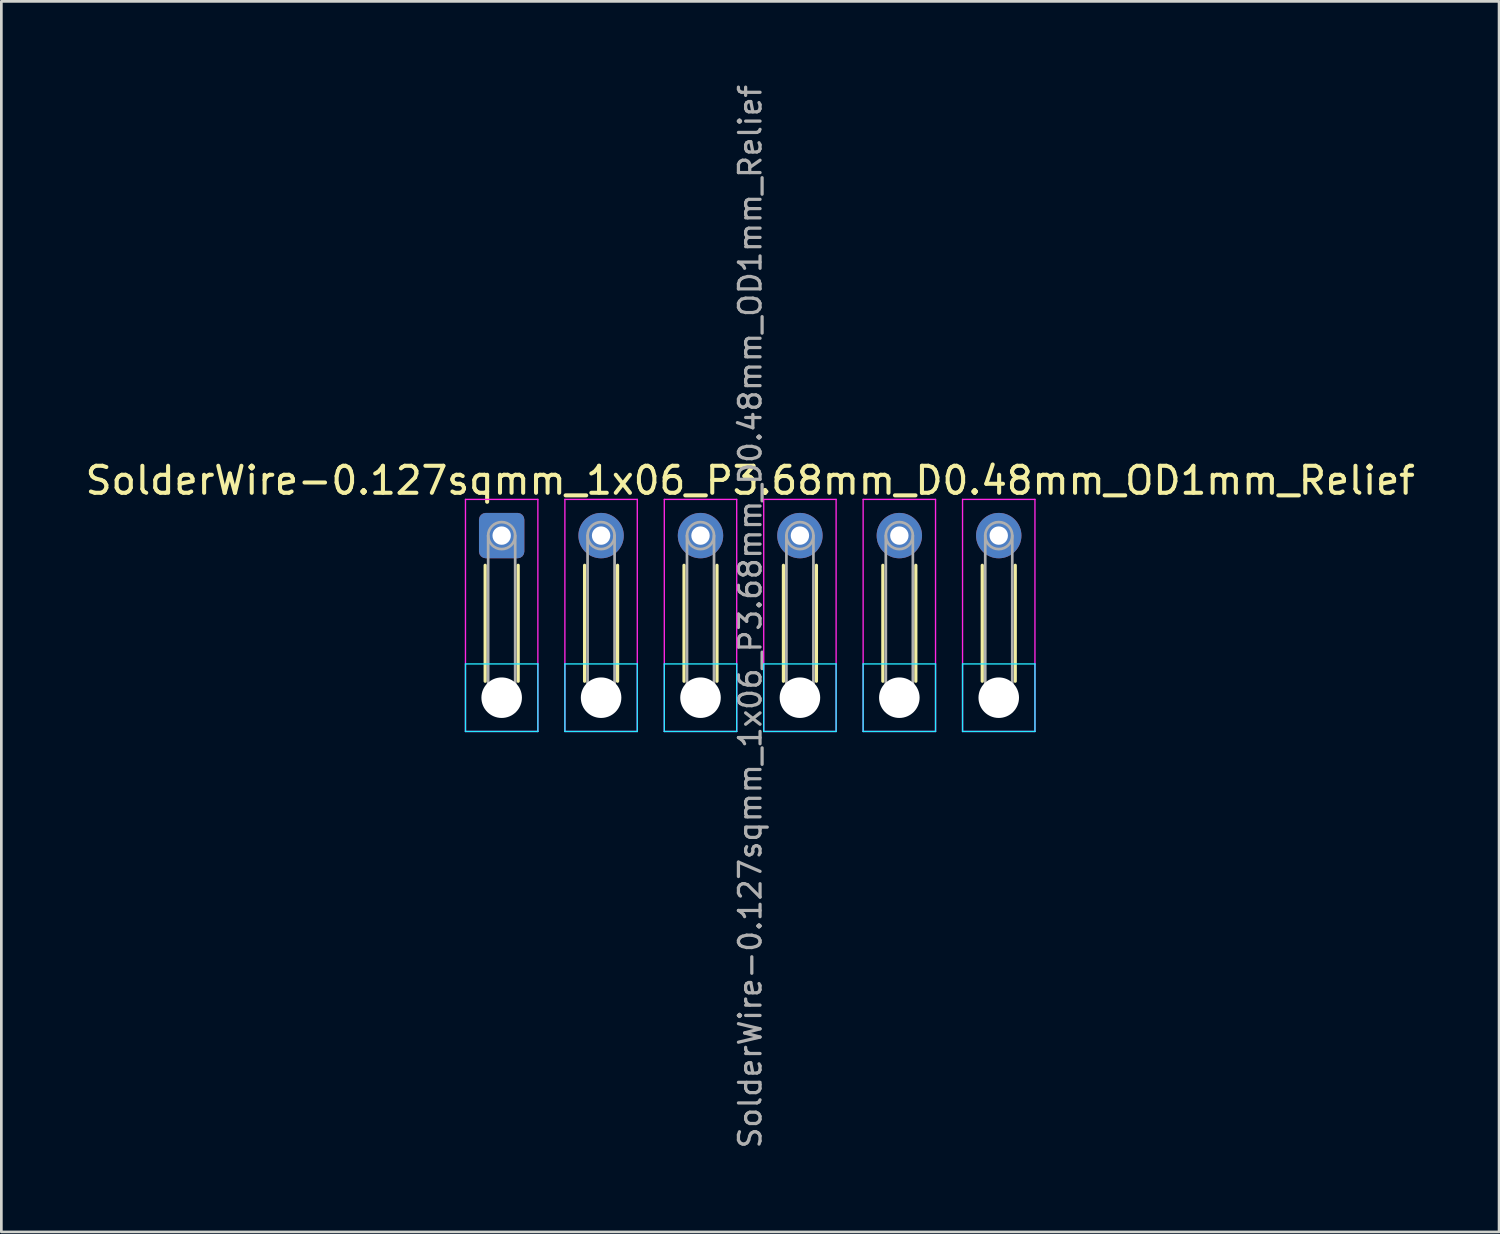
<source format=kicad_pcb>
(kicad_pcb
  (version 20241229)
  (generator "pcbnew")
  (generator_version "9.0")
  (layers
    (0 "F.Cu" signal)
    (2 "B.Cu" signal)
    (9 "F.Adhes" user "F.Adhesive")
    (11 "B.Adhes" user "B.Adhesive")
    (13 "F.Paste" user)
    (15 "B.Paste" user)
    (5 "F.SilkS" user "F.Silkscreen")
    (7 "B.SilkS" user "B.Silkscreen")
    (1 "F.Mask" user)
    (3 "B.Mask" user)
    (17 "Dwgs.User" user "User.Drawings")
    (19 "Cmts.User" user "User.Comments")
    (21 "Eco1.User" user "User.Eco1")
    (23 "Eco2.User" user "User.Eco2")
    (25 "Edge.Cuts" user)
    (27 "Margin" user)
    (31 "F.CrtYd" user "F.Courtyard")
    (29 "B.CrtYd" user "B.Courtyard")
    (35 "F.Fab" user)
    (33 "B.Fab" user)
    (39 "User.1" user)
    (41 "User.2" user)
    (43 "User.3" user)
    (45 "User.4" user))
  (footprint "SolderWire-0.127sqmm_1x06_P3.68mm_D0.48mm_OD1mm_Relief"
    (layer "F.Cu")
    (at 15.52 16.776)
    (property "Reference" "SolderWire-0.127sqmm_1x06_P3.68mm_D0.48mm_OD1mm_Relief" (at 9.2 -2.04 0) (layer "F.SilkS") (effects (font (size 1 1) (thickness 0.15))))
    (attr exclude_from_pos_files exclude_from_bom)
    (fp_line (start -0.61 1.1) (end -0.61 5.39) (stroke (width 0.12) (type solid)) (layer "F.SilkS"))
    (fp_line (start 0.61 1.1) (end 0.61 5.39) (stroke (width 0.12) (type solid)) (layer "F.SilkS"))
    (fp_line (start 3.07 1.1) (end 3.07 5.39) (stroke (width 0.12) (type solid)) (layer "F.SilkS"))
    (fp_line (start 4.29 1.1) (end 4.29 5.39) (stroke (width 0.12) (type solid)) (layer "F.SilkS"))
    (fp_line (start 6.75 1.1) (end 6.75 5.39) (stroke (width 0.12) (type solid)) (layer "F.SilkS"))
    (fp_line (start 7.97 1.1) (end 7.97 5.39) (stroke (width 0.12) (type solid)) (layer "F.SilkS"))
    (fp_line (start 10.43 1.1) (end 10.43 5.39) (stroke (width 0.12) (type solid)) (layer "F.SilkS"))
    (fp_line (start 11.65 1.1) (end 11.65 5.39) (stroke (width 0.12) (type solid)) (layer "F.SilkS"))
    (fp_line (start 14.11 1.1) (end 14.11 5.39) (stroke (width 0.12) (type solid)) (layer "F.SilkS"))
    (fp_line (start 15.33 1.1) (end 15.33 5.39) (stroke (width 0.12) (type solid)) (layer "F.SilkS"))
    (fp_line (start 17.79 1.1) (end 17.79 5.39) (stroke (width 0.12) (type solid)) (layer "F.SilkS"))
    (fp_line (start 19.01 1.1) (end 19.01 5.39) (stroke (width 0.12) (type solid)) (layer "F.SilkS"))
    (fp_line (start -1.34 4.75) (end -1.34 7.25) (stroke (width 0.05) (type solid)) (layer "B.CrtYd"))
    (fp_line (start -1.34 7.25) (end 1.34 7.25) (stroke (width 0.05) (type solid)) (layer "B.CrtYd"))
    (fp_line (start 1.34 4.75) (end -1.34 4.75) (stroke (width 0.05) (type solid)) (layer "B.CrtYd"))
    (fp_line (start 1.34 7.25) (end 1.34 4.75) (stroke (width 0.05) (type solid)) (layer "B.CrtYd"))
    (fp_line (start 2.34 4.75) (end 2.34 7.25) (stroke (width 0.05) (type solid)) (layer "B.CrtYd"))
    (fp_line (start 2.34 7.25) (end 5.02 7.25) (stroke (width 0.05) (type solid)) (layer "B.CrtYd"))
    (fp_line (start 5.02 4.75) (end 2.34 4.75) (stroke (width 0.05) (type solid)) (layer "B.CrtYd"))
    (fp_line (start 5.02 7.25) (end 5.02 4.75) (stroke (width 0.05) (type solid)) (layer "B.CrtYd"))
    (fp_line (start 6.02 4.75) (end 6.02 7.25) (stroke (width 0.05) (type solid)) (layer "B.CrtYd"))
    (fp_line (start 6.02 7.25) (end 8.7 7.25) (stroke (width 0.05) (type solid)) (layer "B.CrtYd"))
    (fp_line (start 8.7 4.75) (end 6.02 4.75) (stroke (width 0.05) (type solid)) (layer "B.CrtYd"))
    (fp_line (start 8.7 7.25) (end 8.7 4.75) (stroke (width 0.05) (type solid)) (layer "B.CrtYd"))
    (fp_line (start 9.7 4.75) (end 9.7 7.25) (stroke (width 0.05) (type solid)) (layer "B.CrtYd"))
    (fp_line (start 9.7 7.25) (end 12.38 7.25) (stroke (width 0.05) (type solid)) (layer "B.CrtYd"))
    (fp_line (start 12.38 4.75) (end 9.7 4.75) (stroke (width 0.05) (type solid)) (layer "B.CrtYd"))
    (fp_line (start 12.38 7.25) (end 12.38 4.75) (stroke (width 0.05) (type solid)) (layer "B.CrtYd"))
    (fp_line (start 13.38 4.75) (end 13.38 7.25) (stroke (width 0.05) (type solid)) (layer "B.CrtYd"))
    (fp_line (start 13.38 7.25) (end 16.06 7.25) (stroke (width 0.05) (type solid)) (layer "B.CrtYd"))
    (fp_line (start 16.06 4.75) (end 13.38 4.75) (stroke (width 0.05) (type solid)) (layer "B.CrtYd"))
    (fp_line (start 16.06 7.25) (end 16.06 4.75) (stroke (width 0.05) (type solid)) (layer "B.CrtYd"))
    (fp_line (start 17.06 4.75) (end 17.06 7.25) (stroke (width 0.05) (type solid)) (layer "B.CrtYd"))
    (fp_line (start 17.06 7.25) (end 19.74 7.25) (stroke (width 0.05) (type solid)) (layer "B.CrtYd"))
    (fp_line (start 19.74 4.75) (end 17.06 4.75) (stroke (width 0.05) (type solid)) (layer "B.CrtYd"))
    (fp_line (start 19.74 7.25) (end 19.74 4.75) (stroke (width 0.05) (type solid)) (layer "B.CrtYd"))
    (fp_line (start -1.34 -1.34) (end -1.34 7.25) (stroke (width 0.05) (type solid)) (layer "F.CrtYd"))
    (fp_line (start -1.34 7.25) (end 1.34 7.25) (stroke (width 0.05) (type solid)) (layer "F.CrtYd"))
    (fp_line (start 1.34 -1.34) (end -1.34 -1.34) (stroke (width 0.05) (type solid)) (layer "F.CrtYd"))
    (fp_line (start 1.34 7.25) (end 1.34 -1.34) (stroke (width 0.05) (type solid)) (layer "F.CrtYd"))
    (fp_line (start 2.34 -1.34) (end 2.34 7.25) (stroke (width 0.05) (type solid)) (layer "F.CrtYd"))
    (fp_line (start 2.34 7.25) (end 5.02 7.25) (stroke (width 0.05) (type solid)) (layer "F.CrtYd"))
    (fp_line (start 5.02 -1.34) (end 2.34 -1.34) (stroke (width 0.05) (type solid)) (layer "F.CrtYd"))
    (fp_line (start 5.02 7.25) (end 5.02 -1.34) (stroke (width 0.05) (type solid)) (layer "F.CrtYd"))
    (fp_line (start 6.02 -1.34) (end 6.02 7.25) (stroke (width 0.05) (type solid)) (layer "F.CrtYd"))
    (fp_line (start 6.02 7.25) (end 8.7 7.25) (stroke (width 0.05) (type solid)) (layer "F.CrtYd"))
    (fp_line (start 8.7 -1.34) (end 6.02 -1.34) (stroke (width 0.05) (type solid)) (layer "F.CrtYd"))
    (fp_line (start 8.7 7.25) (end 8.7 -1.34) (stroke (width 0.05) (type solid)) (layer "F.CrtYd"))
    (fp_line (start 9.7 -1.34) (end 9.7 7.25) (stroke (width 0.05) (type solid)) (layer "F.CrtYd"))
    (fp_line (start 9.7 7.25) (end 12.38 7.25) (stroke (width 0.05) (type solid)) (layer "F.CrtYd"))
    (fp_line (start 12.38 -1.34) (end 9.7 -1.34) (stroke (width 0.05) (type solid)) (layer "F.CrtYd"))
    (fp_line (start 12.38 7.25) (end 12.38 -1.34) (stroke (width 0.05) (type solid)) (layer "F.CrtYd"))
    (fp_line (start 13.38 -1.34) (end 13.38 7.25) (stroke (width 0.05) (type solid)) (layer "F.CrtYd"))
    (fp_line (start 13.38 7.25) (end 16.06 7.25) (stroke (width 0.05) (type solid)) (layer "F.CrtYd"))
    (fp_line (start 16.06 -1.34) (end 13.38 -1.34) (stroke (width 0.05) (type solid)) (layer "F.CrtYd"))
    (fp_line (start 16.06 7.25) (end 16.06 -1.34) (stroke (width 0.05) (type solid)) (layer "F.CrtYd"))
    (fp_line (start 17.06 -1.34) (end 17.06 7.25) (stroke (width 0.05) (type solid)) (layer "F.CrtYd"))
    (fp_line (start 17.06 7.25) (end 19.74 7.25) (stroke (width 0.05) (type solid)) (layer "F.CrtYd"))
    (fp_line (start 19.74 -1.34) (end 17.06 -1.34) (stroke (width 0.05) (type solid)) (layer "F.CrtYd"))
    (fp_line (start 19.74 7.25) (end 19.74 -1.34) (stroke (width 0.05) (type solid)) (layer "F.CrtYd"))
    (fp_line (start -0.5 0) (end -0.5 6) (stroke (width 0.1) (type solid)) (layer "F.Fab"))
    (fp_line (start 0.5 0) (end 0.5 6) (stroke (width 0.1) (type solid)) (layer "F.Fab"))
    (fp_line (start 3.18 0) (end 3.18 6) (stroke (width 0.1) (type solid)) (layer "F.Fab"))
    (fp_line (start 4.18 0) (end 4.18 6) (stroke (width 0.1) (type solid)) (layer "F.Fab"))
    (fp_line (start 6.86 0) (end 6.86 6) (stroke (width 0.1) (type solid)) (layer "F.Fab"))
    (fp_line (start 7.86 0) (end 7.86 6) (stroke (width 0.1) (type solid)) (layer "F.Fab"))
    (fp_line (start 10.54 0) (end 10.54 6) (stroke (width 0.1) (type solid)) (layer "F.Fab"))
    (fp_line (start 11.54 0) (end 11.54 6) (stroke (width 0.1) (type solid)) (layer "F.Fab"))
    (fp_line (start 14.22 0) (end 14.22 6) (stroke (width 0.1) (type solid)) (layer "F.Fab"))
    (fp_line (start 15.22 0) (end 15.22 6) (stroke (width 0.1) (type solid)) (layer "F.Fab"))
    (fp_line (start 17.9 0) (end 17.9 6) (stroke (width 0.1) (type solid)) (layer "F.Fab"))
    (fp_line (start 18.9 0) (end 18.9 6) (stroke (width 0.1) (type solid)) (layer "F.Fab"))
    (fp_circle (center 0 0) (end 0.5 0) (stroke (width 0.1) (type solid)) (fill no) (layer "F.Fab"))
    (fp_circle (center 0 6) (end 0.5 6) (stroke (width 0.1) (type solid)) (fill no) (layer "F.Fab"))
    (fp_circle (center 3.68 0) (end 4.18 0) (stroke (width 0.1) (type solid)) (fill no) (layer "F.Fab"))
    (fp_circle (center 3.68 6) (end 4.18 6) (stroke (width 0.1) (type solid)) (fill no) (layer "F.Fab"))
    (fp_circle (center 7.36 0) (end 7.86 0) (stroke (width 0.1) (type solid)) (fill no) (layer "F.Fab"))
    (fp_circle (center 7.36 6) (end 7.86 6) (stroke (width 0.1) (type solid)) (fill no) (layer "F.Fab"))
    (fp_circle (center 11.04 0) (end 11.54 0) (stroke (width 0.1) (type solid)) (fill no) (layer "F.Fab"))
    (fp_circle (center 11.04 6) (end 11.54 6) (stroke (width 0.1) (type solid)) (fill no) (layer "F.Fab"))
    (fp_circle (center 14.72 0) (end 15.22 0) (stroke (width 0.1) (type solid)) (fill no) (layer "F.Fab"))
    (fp_circle (center 14.72 6) (end 15.22 6) (stroke (width 0.1) (type solid)) (fill no) (layer "F.Fab"))
    (fp_circle (center 18.4 0) (end 18.9 0) (stroke (width 0.1) (type solid)) (fill no) (layer "F.Fab"))
    (fp_circle (center 18.4 6) (end 18.9 6) (stroke (width 0.1) (type solid)) (fill no) (layer "F.Fab"))
    (fp_text user "${REFERENCE}" (at 9.2 3 90) (layer "F.Fab") (effects (font (size 0.8 0.8) (thickness 0.12))))
    (pad "" np_thru_hole circle (at 0 6) (size 1.5 1.5) (drill 1.5) (layers "*.Cu" "*.Mask"))
    (pad "" np_thru_hole circle (at 3.68 6) (size 1.5 1.5) (drill 1.5) (layers "*.Cu" "*.Mask"))
    (pad "" np_thru_hole circle (at 7.36 6) (size 1.5 1.5) (drill 1.5) (layers "*.Cu" "*.Mask"))
    (pad "" np_thru_hole circle (at 11.04 6) (size 1.5 1.5) (drill 1.5) (layers "*.Cu" "*.Mask"))
    (pad "" np_thru_hole circle (at 14.72 6) (size 1.5 1.5) (drill 1.5) (layers "*.Cu" "*.Mask"))
    (pad "" np_thru_hole circle (at 18.4 6) (size 1.5 1.5) (drill 1.5) (layers "*.Cu" "*.Mask"))
    (pad "1" thru_hole roundrect (at 0 0) (size 1.68 1.68) (drill 0.68) (layers "*.Cu" "*.Mask") (roundrect_rratio 0.149))
    (pad "2" thru_hole circle (at 3.68 0) (size 1.68 1.68) (drill 0.68) (layers "*.Cu" "*.Mask"))
    (pad "3" thru_hole circle (at 7.36 0) (size 1.68 1.68) (drill 0.68) (layers "*.Cu" "*.Mask"))
    (pad "4" thru_hole circle (at 11.04 0) (size 1.68 1.68) (drill 0.68) (layers "*.Cu" "*.Mask"))
    (pad "5" thru_hole circle (at 14.72 0) (size 1.68 1.68) (drill 0.68) (layers "*.Cu" "*.Mask"))
    (pad "6" thru_hole circle (at 18.4 0) (size 1.68 1.68) (drill 0.68) (layers "*.Cu" "*.Mask")))
  (gr_rect
    (start -3 -3)
    (end 52.44 42.552)
    (stroke (width 0.1) (type default))
    (fill no)
    (layer "Edge.Cuts")))
</source>
